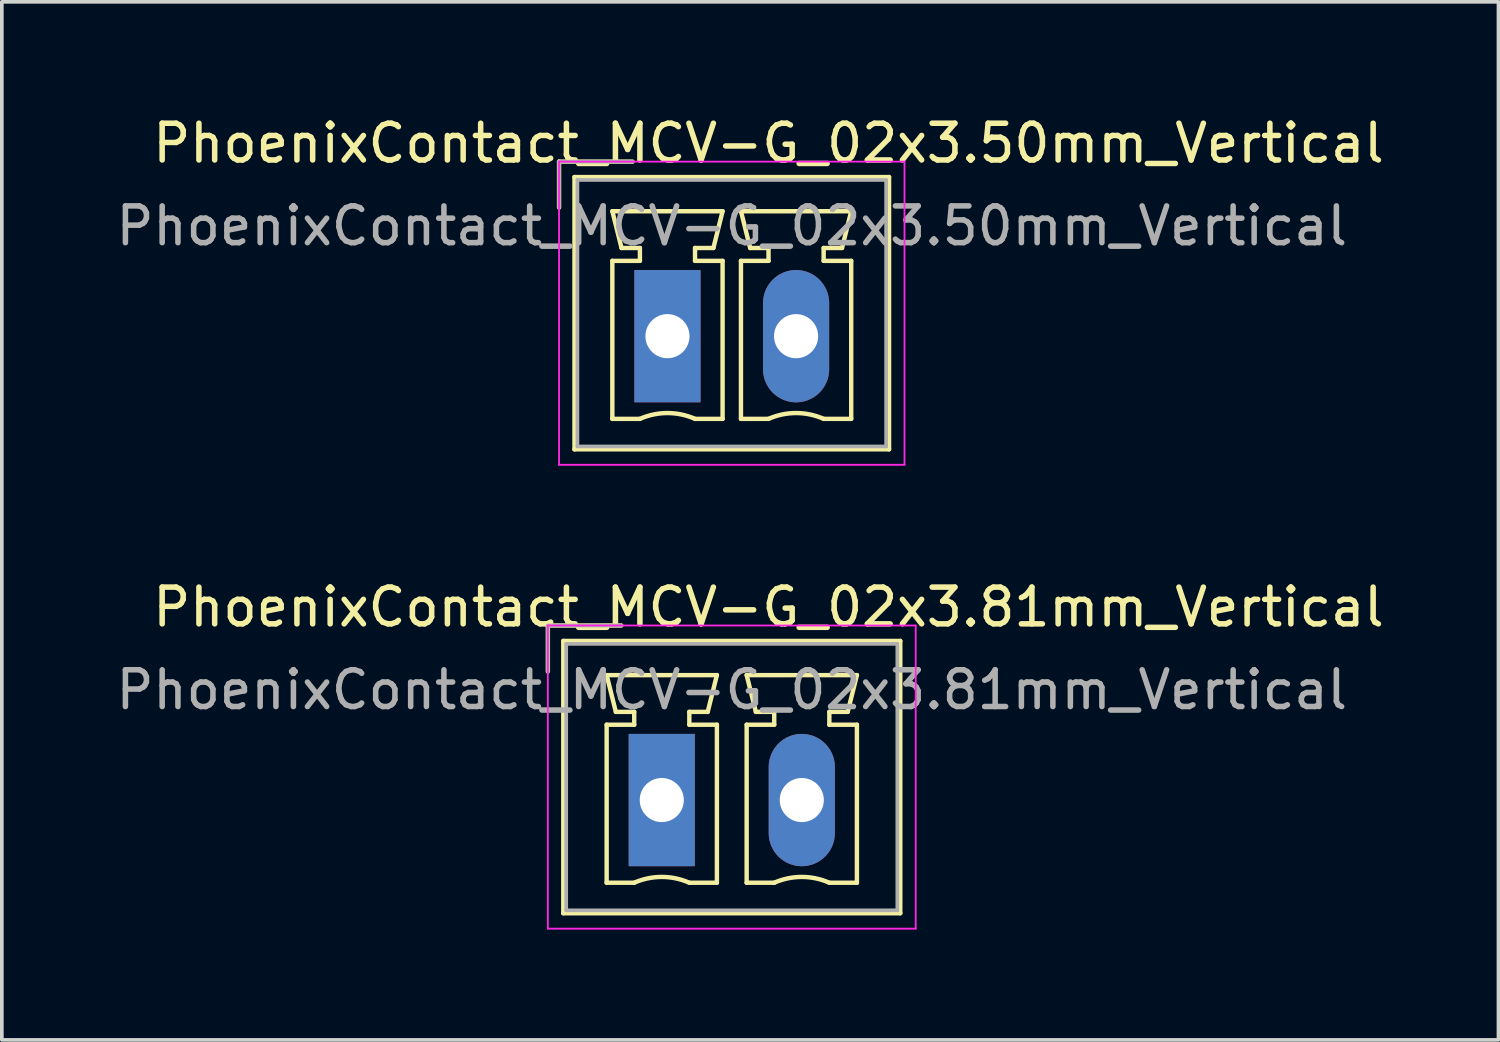
<source format=kicad_pcb>
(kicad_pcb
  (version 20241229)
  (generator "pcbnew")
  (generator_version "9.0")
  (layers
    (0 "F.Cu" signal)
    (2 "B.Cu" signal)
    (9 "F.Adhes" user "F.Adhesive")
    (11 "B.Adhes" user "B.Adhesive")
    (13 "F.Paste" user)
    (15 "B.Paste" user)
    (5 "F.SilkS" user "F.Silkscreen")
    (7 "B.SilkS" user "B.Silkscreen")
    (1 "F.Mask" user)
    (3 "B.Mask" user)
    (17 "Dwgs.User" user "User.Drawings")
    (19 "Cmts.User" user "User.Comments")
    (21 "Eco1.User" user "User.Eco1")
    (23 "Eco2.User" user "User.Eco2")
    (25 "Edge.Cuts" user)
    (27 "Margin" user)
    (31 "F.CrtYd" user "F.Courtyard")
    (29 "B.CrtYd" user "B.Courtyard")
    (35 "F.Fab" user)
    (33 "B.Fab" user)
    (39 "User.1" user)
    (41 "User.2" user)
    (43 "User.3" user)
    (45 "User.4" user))
  (footprint "PhoenixContact_MCV-G_02x3.50mm_Vertical"
    (layer "F.Cu")
    (at 15.113 6.098)
    (property "Reference" "PhoenixContact_MCV-G_02x3.50mm_Vertical" (at 2.75 -5.25 0) (layer "F.SilkS") (effects (font (size 1 1) (thickness 0.15))))
    (attr through_hole)
    (fp_line (start -2.95 -4.75) (end -0.95 -4.75) (stroke (width 0.12) (type solid)) (layer "F.SilkS"))
    (fp_line (start -2.95 -3.5) (end -2.95 -4.75) (stroke (width 0.12) (type solid)) (layer "F.SilkS"))
    (fp_line (start -2.53 -4.33) (end -2.53 3.08) (stroke (width 0.12) (type solid)) (layer "F.SilkS"))
    (fp_line (start -2.53 3.08) (end 6.03 3.08) (stroke (width 0.12) (type solid)) (layer "F.SilkS"))
    (fp_line (start -1.5 -3.4) (end 1.5 -3.4) (stroke (width 0.12) (type solid)) (layer "F.SilkS"))
    (fp_line (start -1.5 -2.05) (end -0.75 -2.05) (stroke (width 0.12) (type solid)) (layer "F.SilkS"))
    (fp_line (start -1.5 2.25) (end -1.5 -2.05) (stroke (width 0.12) (type solid)) (layer "F.SilkS"))
    (fp_line (start -1.25 -2.4) (end -1.5 -3.4) (stroke (width 0.12) (type solid)) (layer "F.SilkS"))
    (fp_line (start -0.75 -2.4) (end -1.25 -2.4) (stroke (width 0.12) (type solid)) (layer "F.SilkS"))
    (fp_line (start -0.75 -2.05) (end -0.75 -2.4) (stroke (width 0.12) (type solid)) (layer "F.SilkS"))
    (fp_line (start -0.75 2.25) (end -1.5 2.25) (stroke (width 0.12) (type solid)) (layer "F.SilkS"))
    (fp_line (start 0.75 -2.4) (end 0.75 -2.05) (stroke (width 0.12) (type solid)) (layer "F.SilkS"))
    (fp_line (start 0.75 -2.05) (end 1.5 -2.05) (stroke (width 0.12) (type solid)) (layer "F.SilkS"))
    (fp_line (start 1.25 -2.4) (end 0.75 -2.4) (stroke (width 0.12) (type solid)) (layer "F.SilkS"))
    (fp_line (start 1.5 -3.4) (end 1.25 -2.4) (stroke (width 0.12) (type solid)) (layer "F.SilkS"))
    (fp_line (start 1.5 -2.05) (end 1.5 2.25) (stroke (width 0.12) (type solid)) (layer "F.SilkS"))
    (fp_line (start 1.5 2.25) (end 0.75 2.25) (stroke (width 0.12) (type solid)) (layer "F.SilkS"))
    (fp_line (start 2 -3.4) (end 5 -3.4) (stroke (width 0.12) (type solid)) (layer "F.SilkS"))
    (fp_line (start 2 -2.05) (end 2.75 -2.05) (stroke (width 0.12) (type solid)) (layer "F.SilkS"))
    (fp_line (start 2 2.25) (end 2 -2.05) (stroke (width 0.12) (type solid)) (layer "F.SilkS"))
    (fp_line (start 2.25 -2.4) (end 2 -3.4) (stroke (width 0.12) (type solid)) (layer "F.SilkS"))
    (fp_line (start 2.75 -2.4) (end 2.25 -2.4) (stroke (width 0.12) (type solid)) (layer "F.SilkS"))
    (fp_line (start 2.75 -2.05) (end 2.75 -2.4) (stroke (width 0.12) (type solid)) (layer "F.SilkS"))
    (fp_line (start 2.75 2.25) (end 2 2.25) (stroke (width 0.12) (type solid)) (layer "F.SilkS"))
    (fp_line (start 4.25 -2.4) (end 4.25 -2.05) (stroke (width 0.12) (type solid)) (layer "F.SilkS"))
    (fp_line (start 4.25 -2.05) (end 5 -2.05) (stroke (width 0.12) (type solid)) (layer "F.SilkS"))
    (fp_line (start 4.75 -2.4) (end 4.25 -2.4) (stroke (width 0.12) (type solid)) (layer "F.SilkS"))
    (fp_line (start 5 -3.4) (end 4.75 -2.4) (stroke (width 0.12) (type solid)) (layer "F.SilkS"))
    (fp_line (start 5 -2.05) (end 5 2.25) (stroke (width 0.12) (type solid)) (layer "F.SilkS"))
    (fp_line (start 5 2.25) (end 4.25 2.25) (stroke (width 0.12) (type solid)) (layer "F.SilkS"))
    (fp_line (start 6.03 -4.33) (end -2.53 -4.33) (stroke (width 0.12) (type solid)) (layer "F.SilkS"))
    (fp_line (start 6.03 3.08) (end 6.03 -4.33) (stroke (width 0.12) (type solid)) (layer "F.SilkS"))
    (fp_arc (start -0.75 2.25) (mid -0.000193 2.09191) (end 0.749647 2.249844) (stroke (width 0.12) (type solid)) (layer "F.SilkS"))
    (fp_arc (start 2.75 2.25) (mid 3.499807 2.09191) (end 4.249647 2.249844) (stroke (width 0.12) (type solid)) (layer "F.SilkS"))
    (fp_line (start -2.95 -4.75) (end -2.95 3.5) (stroke (width 0.05) (type solid)) (layer "F.CrtYd"))
    (fp_line (start -2.95 3.5) (end 6.45 3.5) (stroke (width 0.05) (type solid)) (layer "F.CrtYd"))
    (fp_line (start 6.45 -4.75) (end -2.95 -4.75) (stroke (width 0.05) (type solid)) (layer "F.CrtYd"))
    (fp_line (start 6.45 3.5) (end 6.45 -4.75) (stroke (width 0.05) (type solid)) (layer "F.CrtYd"))
    (fp_line (start -2.95 -4.75) (end -0.95 -4.75) (stroke (width 0.1) (type solid)) (layer "F.Fab"))
    (fp_line (start -2.95 -3.5) (end -2.95 -4.75) (stroke (width 0.1) (type solid)) (layer "F.Fab"))
    (fp_line (start -2.45 -4.25) (end -2.45 3) (stroke (width 0.1) (type solid)) (layer "F.Fab"))
    (fp_line (start -2.45 3) (end 5.95 3) (stroke (width 0.1) (type solid)) (layer "F.Fab"))
    (fp_line (start 5.95 -4.25) (end -2.45 -4.25) (stroke (width 0.1) (type solid)) (layer "F.Fab"))
    (fp_line (start 5.95 3) (end 5.95 -4.25) (stroke (width 0.1) (type solid)) (layer "F.Fab"))
    (fp_text user "${REFERENCE}" (at 1.75 -3 0) (layer "F.Fab") (effects (font (size 1 1) (thickness 0.15))))
    (pad "1" thru_hole rect (at 0 0) (size 1.8 3.6) (drill 1.2) (layers "*.Cu" "*.Mask"))
    (pad "2" thru_hole oval (at 3.5 0) (size 1.8 3.6) (drill 1.2) (layers "*.Cu" "*.Mask")))
  (footprint "PhoenixContact_MCV-G_02x3.81mm_Vertical"
    (layer "F.Cu")
    (at 14.958 18.721)
    (property "Reference" "PhoenixContact_MCV-G_02x3.81mm_Vertical" (at 2.905 -5.25 0) (layer "F.SilkS") (effects (font (size 1 1) (thickness 0.15))))
    (attr through_hole)
    (fp_line (start -3.1 -4.75) (end -1.1 -4.75) (stroke (width 0.12) (type solid)) (layer "F.SilkS"))
    (fp_line (start -3.1 -3.5) (end -3.1 -4.75) (stroke (width 0.12) (type solid)) (layer "F.SilkS"))
    (fp_line (start -2.68 -4.33) (end -2.68 3.08) (stroke (width 0.12) (type solid)) (layer "F.SilkS"))
    (fp_line (start -2.68 3.08) (end 6.49 3.08) (stroke (width 0.12) (type solid)) (layer "F.SilkS"))
    (fp_line (start -1.5 -3.4) (end 1.5 -3.4) (stroke (width 0.12) (type solid)) (layer "F.SilkS"))
    (fp_line (start -1.5 -2.05) (end -0.75 -2.05) (stroke (width 0.12) (type solid)) (layer "F.SilkS"))
    (fp_line (start -1.5 2.25) (end -1.5 -2.05) (stroke (width 0.12) (type solid)) (layer "F.SilkS"))
    (fp_line (start -1.25 -2.4) (end -1.5 -3.4) (stroke (width 0.12) (type solid)) (layer "F.SilkS"))
    (fp_line (start -0.75 -2.4) (end -1.25 -2.4) (stroke (width 0.12) (type solid)) (layer "F.SilkS"))
    (fp_line (start -0.75 -2.05) (end -0.75 -2.4) (stroke (width 0.12) (type solid)) (layer "F.SilkS"))
    (fp_line (start -0.75 2.25) (end -1.5 2.25) (stroke (width 0.12) (type solid)) (layer "F.SilkS"))
    (fp_line (start 0.75 -2.4) (end 0.75 -2.05) (stroke (width 0.12) (type solid)) (layer "F.SilkS"))
    (fp_line (start 0.75 -2.05) (end 1.5 -2.05) (stroke (width 0.12) (type solid)) (layer "F.SilkS"))
    (fp_line (start 1.25 -2.4) (end 0.75 -2.4) (stroke (width 0.12) (type solid)) (layer "F.SilkS"))
    (fp_line (start 1.5 -3.4) (end 1.25 -2.4) (stroke (width 0.12) (type solid)) (layer "F.SilkS"))
    (fp_line (start 1.5 -2.05) (end 1.5 2.25) (stroke (width 0.12) (type solid)) (layer "F.SilkS"))
    (fp_line (start 1.5 2.25) (end 0.75 2.25) (stroke (width 0.12) (type solid)) (layer "F.SilkS"))
    (fp_line (start 2.31 -3.4) (end 5.31 -3.4) (stroke (width 0.12) (type solid)) (layer "F.SilkS"))
    (fp_line (start 2.31 -2.05) (end 3.06 -2.05) (stroke (width 0.12) (type solid)) (layer "F.SilkS"))
    (fp_line (start 2.31 2.25) (end 2.31 -2.05) (stroke (width 0.12) (type solid)) (layer "F.SilkS"))
    (fp_line (start 2.56 -2.4) (end 2.31 -3.4) (stroke (width 0.12) (type solid)) (layer "F.SilkS"))
    (fp_line (start 3.06 -2.4) (end 2.56 -2.4) (stroke (width 0.12) (type solid)) (layer "F.SilkS"))
    (fp_line (start 3.06 -2.05) (end 3.06 -2.4) (stroke (width 0.12) (type solid)) (layer "F.SilkS"))
    (fp_line (start 3.06 2.25) (end 2.31 2.25) (stroke (width 0.12) (type solid)) (layer "F.SilkS"))
    (fp_line (start 4.56 -2.4) (end 4.56 -2.05) (stroke (width 0.12) (type solid)) (layer "F.SilkS"))
    (fp_line (start 4.56 -2.05) (end 5.31 -2.05) (stroke (width 0.12) (type solid)) (layer "F.SilkS"))
    (fp_line (start 5.06 -2.4) (end 4.56 -2.4) (stroke (width 0.12) (type solid)) (layer "F.SilkS"))
    (fp_line (start 5.31 -3.4) (end 5.06 -2.4) (stroke (width 0.12) (type solid)) (layer "F.SilkS"))
    (fp_line (start 5.31 -2.05) (end 5.31 2.25) (stroke (width 0.12) (type solid)) (layer "F.SilkS"))
    (fp_line (start 5.31 2.25) (end 4.56 2.25) (stroke (width 0.12) (type solid)) (layer "F.SilkS"))
    (fp_line (start 6.49 -4.33) (end -2.68 -4.33) (stroke (width 0.12) (type solid)) (layer "F.SilkS"))
    (fp_line (start 6.49 3.08) (end 6.49 -4.33) (stroke (width 0.12) (type solid)) (layer "F.SilkS"))
    (fp_arc (start -0.75 2.25) (mid -0.000193 2.09191) (end 0.749647 2.249844) (stroke (width 0.12) (type solid)) (layer "F.SilkS"))
    (fp_arc (start 3.06 2.25) (mid 3.809807 2.09191) (end 4.559647 2.249844) (stroke (width 0.12) (type solid)) (layer "F.SilkS"))
    (fp_line (start -3.1 -4.75) (end -3.1 3.5) (stroke (width 0.05) (type solid)) (layer "F.CrtYd"))
    (fp_line (start -3.1 3.5) (end 6.91 3.5) (stroke (width 0.05) (type solid)) (layer "F.CrtYd"))
    (fp_line (start 6.91 -4.75) (end -3.1 -4.75) (stroke (width 0.05) (type solid)) (layer "F.CrtYd"))
    (fp_line (start 6.91 3.5) (end 6.91 -4.75) (stroke (width 0.05) (type solid)) (layer "F.CrtYd"))
    (fp_line (start -3.1 -4.75) (end -1.1 -4.75) (stroke (width 0.1) (type solid)) (layer "F.Fab"))
    (fp_line (start -3.1 -3.5) (end -3.1 -4.75) (stroke (width 0.1) (type solid)) (layer "F.Fab"))
    (fp_line (start -2.6 -4.25) (end -2.6 3) (stroke (width 0.1) (type solid)) (layer "F.Fab"))
    (fp_line (start -2.6 3) (end 6.41 3) (stroke (width 0.1) (type solid)) (layer "F.Fab"))
    (fp_line (start 6.41 -4.25) (end -2.6 -4.25) (stroke (width 0.1) (type solid)) (layer "F.Fab"))
    (fp_line (start 6.41 3) (end 6.41 -4.25) (stroke (width 0.1) (type solid)) (layer "F.Fab"))
    (fp_text user "${REFERENCE}" (at 1.905 -3 0) (layer "F.Fab") (effects (font (size 1 1) (thickness 0.15))))
    (pad "1" thru_hole rect (at 0 0) (size 1.8 3.6) (drill 1.2) (layers "*.Cu" "*.Mask"))
    (pad "2" thru_hole oval (at 3.81 0) (size 1.8 3.6) (drill 1.2) (layers "*.Cu" "*.Mask")))
  (gr_rect
    (start -3 -3)
    (end 37.726 25.247)
    (stroke (width 0.1) (type default))
    (fill no)
    (layer "Edge.Cuts")))
</source>
